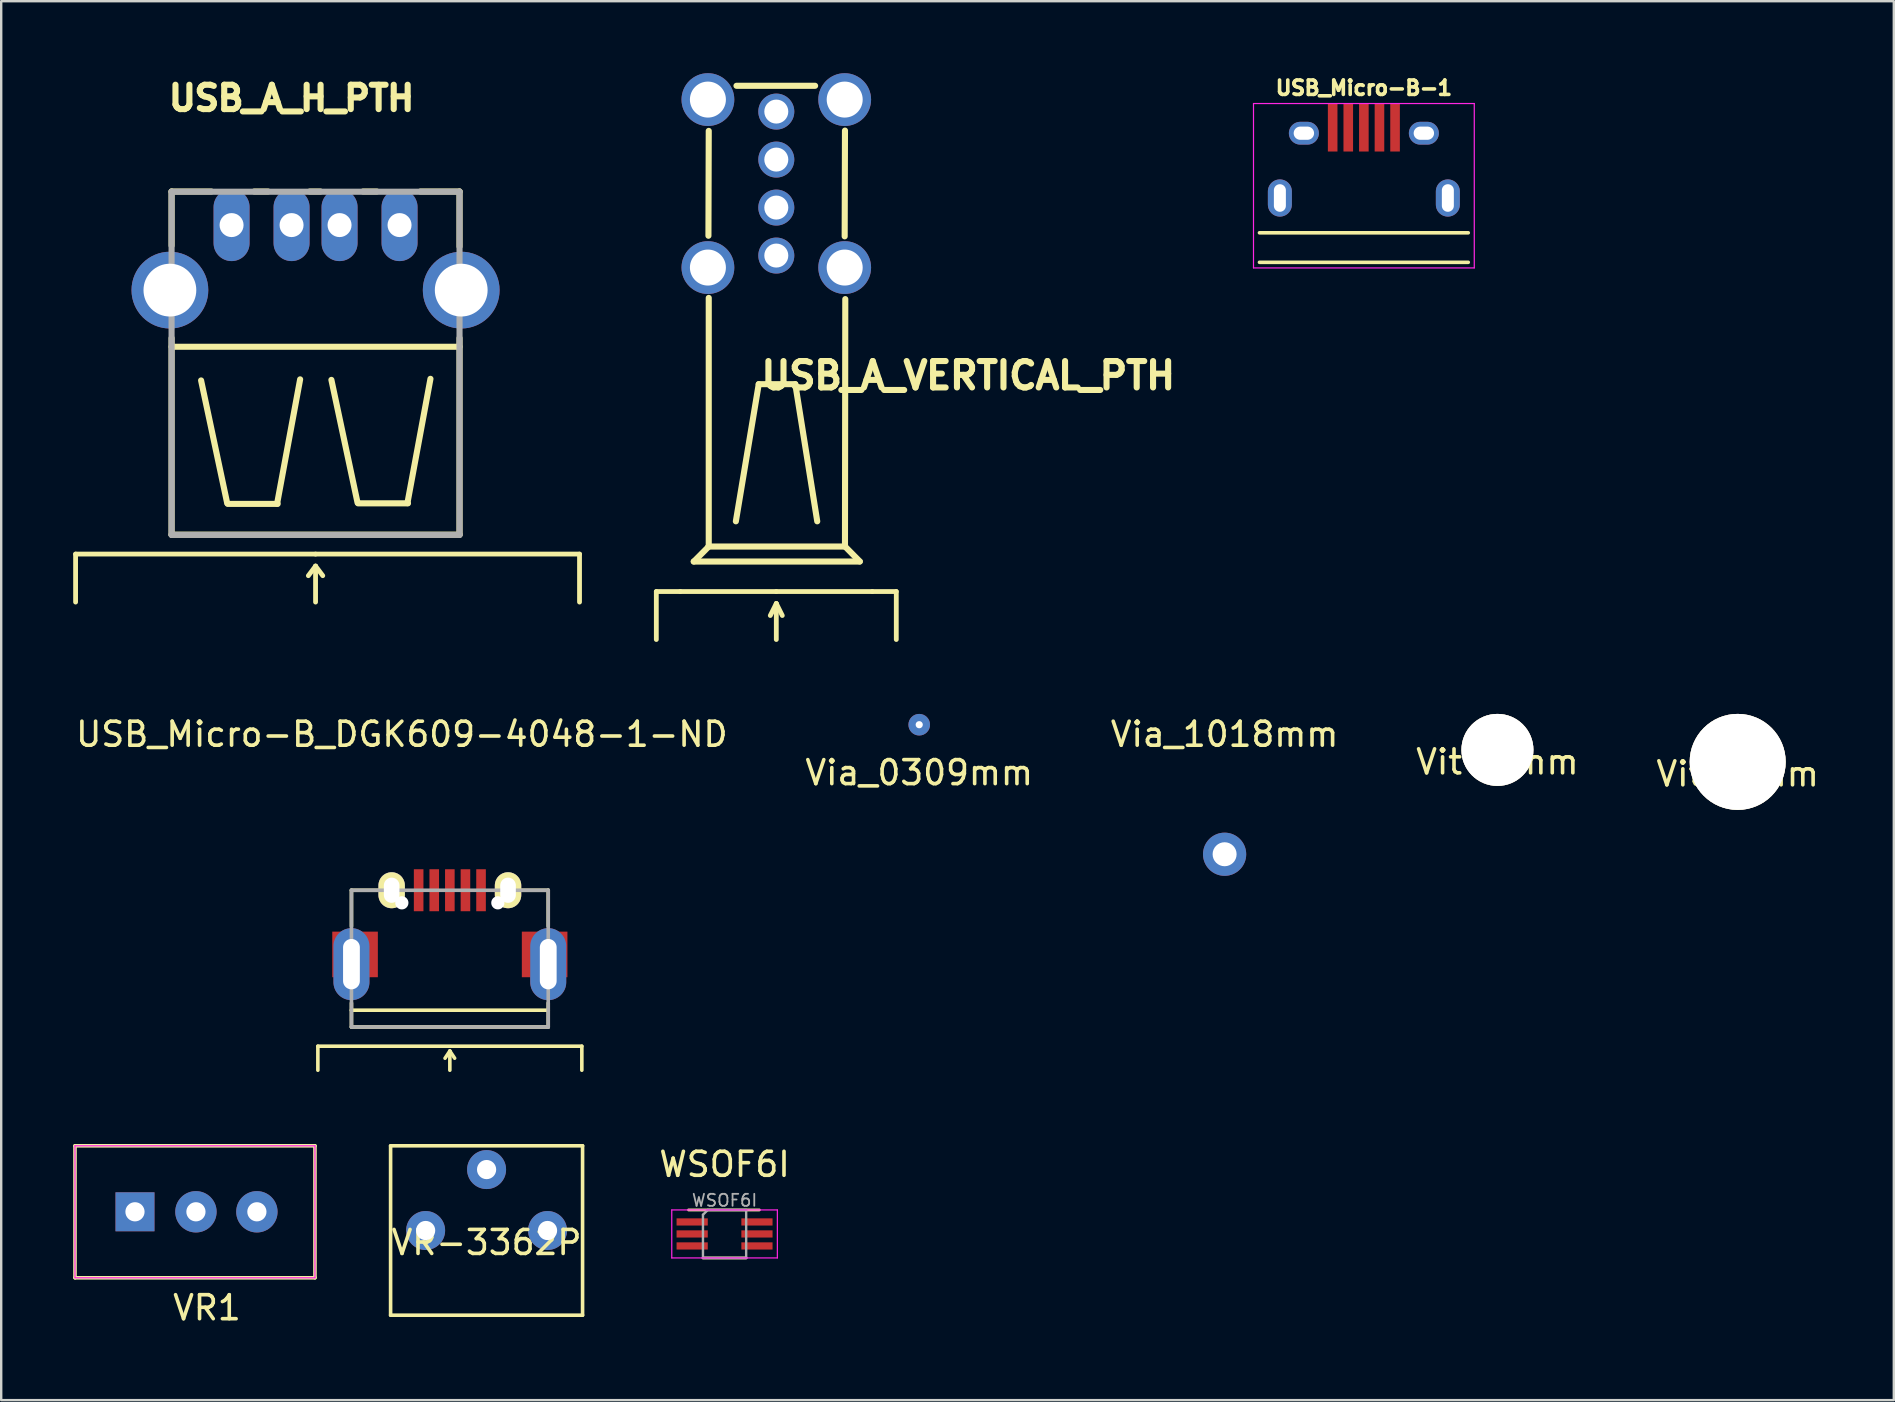
<source format=kicad_pcb>
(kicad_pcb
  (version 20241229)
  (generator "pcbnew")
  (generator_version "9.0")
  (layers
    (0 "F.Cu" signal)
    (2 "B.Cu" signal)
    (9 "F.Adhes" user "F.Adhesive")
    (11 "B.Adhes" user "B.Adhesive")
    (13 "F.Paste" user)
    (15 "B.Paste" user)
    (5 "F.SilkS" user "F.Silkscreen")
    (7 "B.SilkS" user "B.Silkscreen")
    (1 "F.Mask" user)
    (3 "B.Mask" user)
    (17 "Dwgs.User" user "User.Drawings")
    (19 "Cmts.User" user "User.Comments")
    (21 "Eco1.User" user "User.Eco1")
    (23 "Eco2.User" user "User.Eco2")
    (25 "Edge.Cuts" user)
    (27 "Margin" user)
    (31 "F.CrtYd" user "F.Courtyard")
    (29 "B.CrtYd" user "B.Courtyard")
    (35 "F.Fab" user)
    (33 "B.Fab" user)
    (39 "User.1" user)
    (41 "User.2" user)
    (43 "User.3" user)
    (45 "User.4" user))
  (footprint "Via_0309mm"
    (layer "F.Cu")
    (at 35.256 27.15)
    (property "Reference" "Via_0309mm" (at 0 2 0) (layer "F.SilkS") (effects (font (size 1 1) (thickness 0.15))))
    (attr through_hole)
    (pad "1" thru_hole circle (at 0 0) (size 0.9 0.9) (drill 0.3) (layers "*.Cu")))
  (footprint "Vit-3mm"
    (layer "F.Cu")
    (at 59.351 28.2)
    (property "Reference" "Vit-3mm" (at 0 0.5 0) (layer "F.SilkS") (effects (font (size 1 1) (thickness 0.15))))
    (attr through_hole)
    (pad "1" thru_hole circle (at 0 0) (size 3 3) (drill 3) (layers "*.Cu" "*.Mask" "F.SilkS")))
  (footprint "Vit-4mm"
    (layer "F.Cu")
    (at 69.363 28.7)
    (property "Reference" "Vit-4mm" (at 0 0.5 0) (layer "F.SilkS") (effects (font (size 1 1) (thickness 0.15))))
    (attr through_hole)
    (pad "1" thru_hole circle (at 0 0) (size 4 4) (drill 4) (layers "*.Cu" "*.Mask" "F.SilkS")))
  (footprint "Via_1018mm"
    (layer "F.Cu")
    (at 47.982 32.548)
    (property "Reference" "Via_1018mm" (at 0 -5 0) (layer "F.SilkS") (effects (font (size 1 1) (thickness 0.15))))
    (attr through_hole)
    (pad "1" thru_hole circle (at 0 0) (size 1.8 1.8) (drill 1) (layers "*.Cu" "*.Mask")))
  (footprint "USB_Micro-B_DGK609-4048-1-ND"
    (layer "F.Cu")
    (at 15.696 34.048)
    (property "Reference" "USB_Micro-B_DGK609-4048-1-ND" (at -2 -6.5 0) (layer "F.SilkS") (effects (font (size 1 1) (thickness 0.15))))
    (attr smd)
    (fp_line (start -5.5 6.5) (end -5.5 7.5) (stroke (width 0.15) (type solid)) (layer "F.SilkS"))
    (fp_line (start -5.5 6.5) (end 5.5 6.5) (stroke (width 0.15) (type solid)) (layer "F.SilkS"))
    (fp_line (start -4.1 0) (end -4.1 1.5) (stroke (width 0.15) (type solid)) (layer "F.SilkS"))
    (fp_line (start -4.1 4.7) (end -4.1 5) (stroke (width 0.15) (type solid)) (layer "F.SilkS"))
    (fp_line (start -4.1 5) (end -4.1 5.7) (stroke (width 0.15) (type solid)) (layer "F.SilkS"))
    (fp_line (start -4.1 5) (end 4.1 5) (stroke (width 0.15) (type solid)) (layer "F.SilkS"))
    (fp_line (start -4.1 5.7) (end 4.1 5.7) (stroke (width 0.15) (type solid)) (layer "F.SilkS"))
    (fp_line (start -3 0) (end -4.1 0) (stroke (width 0.15) (type solid)) (layer "F.SilkS"))
    (fp_line (start 0 6.7) (end -0.2 7) (stroke (width 0.15) (type solid)) (layer "F.SilkS"))
    (fp_line (start 0 6.7) (end 0.2 7) (stroke (width 0.15) (type solid)) (layer "F.SilkS"))
    (fp_line (start 0 7.5) (end 0 6.7) (stroke (width 0.15) (type solid)) (layer "F.SilkS"))
    (fp_line (start 3 0) (end 4.1 0) (stroke (width 0.15) (type solid)) (layer "F.SilkS"))
    (fp_line (start 4.1 0) (end 4.1 1.5) (stroke (width 0.15) (type solid)) (layer "F.SilkS"))
    (fp_line (start 4.1 5) (end 4.1 4.7) (stroke (width 0.15) (type solid)) (layer "F.SilkS"))
    (fp_line (start 4.1 5.7) (end 4.1 5) (stroke (width 0.15) (type solid)) (layer "F.SilkS"))
    (fp_line (start 5.5 6.5) (end 5.5 7.5) (stroke (width 0.15) (type solid)) (layer "F.SilkS"))
    (fp_line (start -4.1 0) (end 4.1 0) (stroke (width 0.15) (type solid)) (layer "F.Fab"))
    (fp_line (start -4.1 5.7) (end -4.1 0) (stroke (width 0.15) (type solid)) (layer "F.Fab"))
    (fp_line (start 4.1 0) (end 4.1 5.7) (stroke (width 0.15) (type solid)) (layer "F.Fab"))
    (fp_line (start 4.1 5.7) (end -4.1 5.7) (stroke (width 0.15) (type solid)) (layer "F.Fab"))
    (pad "" np_thru_hole circle (at -2 0.525) (size 0.55 0.55) (drill 0.55) (layers "*.Cu"))
    (pad "" np_thru_hole circle (at 2 0.525) (size 0.55 0.55) (drill 0.55) (layers "*.Cu"))
    (pad "1" smd rect (at -1.3 0 90) (size 1.75 0.4) (layers "F.Cu" "F.Mask" "F.Paste"))
    (pad "2" smd rect (at -0.65 0 90) (size 1.75 0.4) (layers "F.Cu" "F.Mask" "F.Paste"))
    (pad "3" smd rect (at 0 0 90) (size 1.75 0.4) (layers "F.Cu" "F.Mask" "F.Paste"))
    (pad "4" smd rect (at 0.65 0 90) (size 1.75 0.4) (layers "F.Cu" "F.Mask" "F.Paste"))
    (pad "5" smd rect (at 1.3 0 90) (size 1.75 0.4) (layers "F.Cu" "F.Mask" "F.Paste"))
    (pad "6" thru_hole oval (at -4.1 3.08) (size 1.5 3) (drill oval 0.7 2.1) (layers "*.Cu" "*.Mask"))
    (pad "6" smd rect (at -3.95 2.675) (size 1.9 1.9) (layers "F.Cu" "F.Mask" "F.Paste"))
    (pad "6" thru_hole oval (at -2.425 0) (size 1.1 1.5) (drill oval 0.65 1.05) (layers "*.Cu" "*.Mask" "F.SilkS"))
    (pad "6" thru_hole oval (at 2.425 0) (size 1.1 1.5) (drill oval 0.65 1.05) (layers "*.Cu" "*.Mask" "F.SilkS"))
    (pad "6" smd rect (at 3.95 2.675) (size 1.9 1.9) (layers "F.Cu" "F.Mask" "F.Paste"))
    (pad "6" thru_hole oval (at 4.1 3.08) (size 1.5 3) (drill oval 0.7 2.1) (layers "*.Cu" "*.Mask")))
  (footprint "USB_A_H_PTH"
    (layer "F.Cu")
    (at 10.1 9.04)
    (property "Reference" "USB_A_H_PTH" (at -1 -8 180) (layer "F.SilkS") (effects (font (size 1.016 1.016) (thickness 0.254))))
    (attr smd)
    (fp_line (start -10 11) (end -10 13) (stroke (width 0.2) (type solid)) (layer "F.SilkS"))
    (fp_line (start -6 -4.11) (end -6 -1.854) (stroke (width 0.254) (type solid)) (layer "F.SilkS"))
    (fp_line (start -6 -4.11) (end -4.343 -4.11) (stroke (width 0.254) (type solid)) (layer "F.SilkS"))
    (fp_line (start -6 2) (end -6 10.19) (stroke (width 0.254) (type solid)) (layer "F.SilkS"))
    (fp_line (start -6 2.36) (end 6 2.36) (stroke (width 0.254) (type solid)) (layer "F.SilkS"))
    (fp_line (start -4.77 3.764) (end -3.683 8.877) (stroke (width 0.254) (type solid)) (layer "F.SilkS"))
    (fp_line (start -2.553 -4.11) (end -1.981 -4.11) (stroke (width 0.254) (type solid)) (layer "F.SilkS"))
    (fp_line (start -1.603 8.9) (end -0.643 3.719) (stroke (width 0.254) (type solid)) (layer "F.SilkS"))
    (fp_line (start -1.58 8.908) (end -3.66 8.908) (stroke (width 0.254) (type solid)) (layer "F.SilkS"))
    (fp_line (start -0.241 -4.11) (end 0.203 -4.11) (stroke (width 0.254) (type solid)) (layer "F.SilkS"))
    (fp_line (start 0 11) (end -10 11) (stroke (width 0.2) (type solid)) (layer "F.SilkS"))
    (fp_line (start 0 11) (end 11 11) (stroke (width 0.2) (type solid)) (layer "F.SilkS"))
    (fp_line (start 0 11.5) (end -0.3 11.9) (stroke (width 0.2) (type solid)) (layer "F.SilkS"))
    (fp_line (start 0 11.5) (end 0 13) (stroke (width 0.2) (type solid)) (layer "F.SilkS"))
    (fp_line (start 0 11.5) (end 0.3 11.9) (stroke (width 0.2) (type solid)) (layer "F.SilkS"))
    (fp_line (start 0.66 3.741) (end 1.748 8.854) (stroke (width 0.254) (type solid)) (layer "F.SilkS"))
    (fp_line (start 1.981 -4.11) (end 2.553 -4.11) (stroke (width 0.254) (type solid)) (layer "F.SilkS"))
    (fp_line (start 3.828 8.877) (end 4.788 3.696) (stroke (width 0.254) (type solid)) (layer "F.SilkS"))
    (fp_line (start 3.851 8.885) (end 1.77 8.885) (stroke (width 0.254) (type solid)) (layer "F.SilkS"))
    (fp_line (start 4.369 -4.11) (end 6 -4.11) (stroke (width 0.254) (type solid)) (layer "F.SilkS"))
    (fp_line (start 6 -4.11) (end 6 -1.816) (stroke (width 0.254) (type solid)) (layer "F.SilkS"))
    (fp_line (start 6 2) (end 6 10.19) (stroke (width 0.254) (type solid)) (layer "F.SilkS"))
    (fp_line (start 6 10.19) (end -6 10.19) (stroke (width 0.254) (type solid)) (layer "F.SilkS"))
    (fp_line (start 11 11) (end 11 13) (stroke (width 0.2) (type solid)) (layer "F.SilkS"))
    (fp_line (start -6 -4.1) (end 6 -4.1) (stroke (width 0.254) (type solid)) (layer "F.Fab"))
    (fp_line (start -6 10.2) (end -6 -4.1) (stroke (width 0.254) (type solid)) (layer "F.Fab"))
    (fp_line (start -6 10.2) (end 6 10.2) (stroke (width 0.254) (type solid)) (layer "F.Fab"))
    (fp_line (start 6 -4.1) (end 6 10.2) (stroke (width 0.254) (type solid)) (layer "F.Fab"))
    (pad "1" thru_hole oval (at -3.5 -2.71) (size 1.5 3) (drill 1) (layers "*.Cu" "*.Mask"))
    (pad "2" thru_hole oval (at -1 -2.71) (size 1.5 3) (drill 1) (layers "*.Cu" "*.Mask"))
    (pad "3" thru_hole oval (at 1 -2.71) (size 1.5 3) (drill 1) (layers "*.Cu" "*.Mask"))
    (pad "4" thru_hole oval (at 3.5 -2.71) (size 1.5 3) (drill 1) (layers "*.Cu" "*.Mask"))
    (pad "5" thru_hole circle (at -6.07 0) (size 3.2 3.2) (drill 2.2) (layers "*.Cu" "*.Mask"))
    (pad "5" thru_hole circle (at 6.07 0) (size 3.2 3.2) (drill 2.2) (layers "*.Cu" "*.Mask")))
  (footprint "USB_Micro-B-1"
    (layer "F.Cu")
    (at 53.786 4.064)
    (property "Reference" "USB_Micro-B-1" (at 0 -3.45 0) (layer "F.SilkS") (effects (font (size 0.6 0.6) (thickness 0.15))))
    (attr smd)
    (fp_line (start -4.351 3.817) (end 4.349 3.817) (stroke (width 0.15) (type solid)) (layer "F.SilkS"))
    (fp_line (start 4.349 2.587) (end -4.351 2.587) (stroke (width 0.15) (type solid)) (layer "F.SilkS"))
    (fp_line (start -4.6 -2.8) (end 4.6 -2.8) (stroke (width 0.05) (type solid)) (layer "F.CrtYd"))
    (fp_line (start -4.6 4.05) (end -4.6 -2.8) (stroke (width 0.05) (type solid)) (layer "F.CrtYd"))
    (fp_line (start 4.6 -2.8) (end 4.6 4.05) (stroke (width 0.05) (type solid)) (layer "F.CrtYd"))
    (fp_line (start 4.6 4.05) (end -4.6 4.05) (stroke (width 0.05) (type solid)) (layer "F.CrtYd"))
    (pad "1" smd rect (at -1.301 -1.8 90) (size 2 0.4) (layers "F.Cu" "F.Mask" "F.Paste"))
    (pad "2" smd rect (at -0.651 -1.8 90) (size 2 0.4) (layers "F.Cu" "F.Mask" "F.Paste"))
    (pad "3" smd rect (at -0.001 -1.8 90) (size 2 0.4) (layers "F.Cu" "F.Mask" "F.Paste"))
    (pad "4" smd rect (at 0.649 -1.8 90) (size 2 0.4) (layers "F.Cu" "F.Mask" "F.Paste"))
    (pad "5" smd rect (at 1.299 -1.8 90) (size 2 0.4) (layers "F.Cu" "F.Mask" "F.Paste"))
    (pad "6" thru_hole oval (at -3.501 1.137 90) (size 1.55 1) (drill oval 1.15 0.5) (layers "*.Cu" "*.Mask"))
    (pad "6" thru_hole oval (at -2.501 -1.563 90) (size 0.95 1.25) (drill oval 0.55 0.85) (layers "*.Cu" "*.Mask"))
    (pad "6" thru_hole oval (at 2.499 -1.563 90) (size 0.95 1.25) (drill oval 0.55 0.85) (layers "*.Cu" "*.Mask"))
    (pad "6" thru_hole oval (at 3.499 1.137 90) (size 1.55 1) (drill oval 1.15 0.5) (layers "*.Cu" "*.Mask")))
  (footprint "WSOF6I"
    (layer "F.Cu")
    (at 27.144 48.371)
    (property "Reference" "WSOF6I" (at 0 -2.9 0) (layer "F.SilkS") (effects (font (size 1 1) (thickness 0.15))))
    (attr smd)
    (fp_line (start -0.9 1) (end 0.9 1) (stroke (width 0.12) (type solid)) (layer "F.SilkS"))
    (fp_line (start 1.45 -1) (end -1.5 -1) (stroke (width 0.12) (type solid)) (layer "F.SilkS"))
    (fp_line (start -2.2 -1) (end 2.2 -1) (stroke (width 0.05) (type solid)) (layer "F.CrtYd"))
    (fp_line (start -2.2 1) (end -2.2 -1) (stroke (width 0.05) (type solid)) (layer "F.CrtYd"))
    (fp_line (start 2.2 -1) (end 2.2 1) (stroke (width 0.05) (type solid)) (layer "F.CrtYd"))
    (fp_line (start 2.2 1) (end -2.2 1) (stroke (width 0.05) (type solid)) (layer "F.CrtYd"))
    (fp_line (start -0.9 -0.8) (end -0.9 1) (stroke (width 0.1) (type solid)) (layer "F.Fab"))
    (fp_line (start -0.9 -0.8) (end -0.7 -1) (stroke (width 0.1) (type solid)) (layer "F.Fab"))
    (fp_line (start 0.9 -1) (end -0.7 -1) (stroke (width 0.1) (type solid)) (layer "F.Fab"))
    (fp_line (start 0.9 -1) (end 0.9 1) (stroke (width 0.1) (type solid)) (layer "F.Fab"))
    (fp_line (start 0.9 1) (end -0.9 1) (stroke (width 0.1) (type solid)) (layer "F.Fab"))
    (fp_text user "${REFERENCE}" (at 0 -1.4 0) (layer "F.Fab") (effects (font (size 0.5 0.5) (thickness 0.075))))
    (pad "1" smd rect (at -1.35 -0.5) (size 1.3 0.3) (layers "F.Cu" "F.Mask" "F.Paste"))
    (pad "2" smd rect (at -1.35 0) (size 1.3 0.3) (layers "F.Cu" "F.Mask" "F.Paste"))
    (pad "3" smd rect (at -1.35 0.5) (size 1.3 0.3) (layers "F.Cu" "F.Mask" "F.Paste"))
    (pad "4" smd rect (at 1.35 0.5) (size 1.3 0.3) (layers "F.Cu" "F.Mask" "F.Paste"))
    (pad "5" smd rect (at 1.35 0) (size 1.3 0.3) (layers "F.Cu" "F.Mask" "F.Paste"))
    (pad "6" smd rect (at 1.35 -0.5) (size 1.3 0.3) (layers "F.Cu" "F.Mask" "F.Paste")))
  (footprint "USB_A_VERTICAL_PTH"
    (layer "F.Cu")
    (at 29.3 7.6)
    (property "Reference" "USB_A_VERTICAL_PTH" (at 8 5 0) (layer "F.SilkS") (effects (font (size 1.1 1.1) (thickness 0.254))))
    (attr smd)
    (fp_line (start -5 14) (end -5 16) (stroke (width 0.2) (type solid)) (layer "F.SilkS"))
    (fp_line (start -4 14) (end -5 14) (stroke (width 0.2) (type solid)) (layer "F.SilkS"))
    (fp_line (start -3.442 12.75) (end 3.479 12.75) (stroke (width 0.254) (type solid)) (layer "F.SilkS"))
    (fp_line (start -3.437 12.75) (end -2.823 12.133) (stroke (width 0.254) (type solid)) (layer "F.SilkS"))
    (fp_line (start -2.828 12.125) (end 2.864 12.125) (stroke (width 0.254) (type solid)) (layer "F.SilkS"))
    (fp_line (start -2.815 -5.195) (end -2.828 -0.826) (stroke (width 0.254) (type solid)) (layer "F.SilkS"))
    (fp_line (start -2.815 1.764) (end -2.815 12.115) (stroke (width 0.254) (type solid)) (layer "F.SilkS"))
    (fp_line (start -1.685 11.074) (end -0.732 5.359) (stroke (width 0.254) (type solid)) (layer "F.SilkS"))
    (fp_line (start -1.659 -7.075) (end 1.617 -7.075) (stroke (width 0.254) (type solid)) (layer "F.SilkS"))
    (fp_line (start -0.732 5.359) (end 0.792 5.359) (stroke (width 0.254) (type solid)) (layer "F.SilkS"))
    (fp_line (start 0 14) (end -4 14) (stroke (width 0.2) (type solid)) (layer "F.SilkS"))
    (fp_line (start 0 14) (end 4 14) (stroke (width 0.2) (type solid)) (layer "F.SilkS"))
    (fp_line (start 0 14.5) (end -0.25 15) (stroke (width 0.2) (type solid)) (layer "F.SilkS"))
    (fp_line (start 0 14.5) (end 0 16) (stroke (width 0.2) (type solid)) (layer "F.SilkS"))
    (fp_line (start 0 14.5) (end 0.25 15) (stroke (width 0.2) (type solid)) (layer "F.SilkS"))
    (fp_line (start 0.792 5.359) (end 1.706 11.074) (stroke (width 0.254) (type solid)) (layer "F.SilkS"))
    (fp_line (start 2.862 -5.208) (end 2.849 -0.801) (stroke (width 0.254) (type solid)) (layer "F.SilkS"))
    (fp_line (start 2.864 12.123) (end 3.479 12.747) (stroke (width 0.254) (type solid)) (layer "F.SilkS"))
    (fp_line (start 2.875 1.815) (end 2.862 12.115) (stroke (width 0.254) (type solid)) (layer "F.SilkS"))
    (fp_line (start 4 14) (end 5 14) (stroke (width 0.2) (type solid)) (layer "F.SilkS"))
    (fp_line (start 5 14) (end 5 16) (stroke (width 0.2) (type solid)) (layer "F.SilkS"))
    (pad "1" thru_hole circle (at 0 0) (size 1.5 1.5) (drill 1) (layers "*.Cu" "*.Mask"))
    (pad "2" thru_hole circle (at 0 -2) (size 1.5 1.5) (drill 1) (layers "*.Cu" "*.Mask"))
    (pad "3" thru_hole circle (at 0 -4) (size 1.5 1.5) (drill 1) (layers "*.Cu" "*.Mask"))
    (pad "4" thru_hole circle (at 0 -6) (size 1.5 1.5) (drill 1) (layers "*.Cu" "*.Mask"))
    (pad "5" thru_hole circle (at -2.85 -6.5) (size 2.2 2.2) (drill 1.5) (layers "*.Cu" "*.Mask"))
    (pad "5" thru_hole circle (at -2.85 0.5) (size 2.2 2.2) (drill 1.5) (layers "*.Cu" "*.Mask"))
    (pad "5" thru_hole circle (at 2.85 -6.5) (size 2.2 2.2) (drill 1.5) (layers "*.Cu" "*.Mask"))
    (pad "5" thru_hole circle (at 2.85 0.5) (size 2.2 2.2) (drill 1.5) (layers "*.Cu" "*.Mask")))
  (footprint "VR1"
    (layer "F.Cu")
    (at 2.575 47.448)
    (property "Reference" "VR1" (at 3 4 0) (layer "F.SilkS") (effects (font (size 1 1) (thickness 0.15))))
    (attr through_hole)
    (fp_line (start -2.5 -2.75) (end -2.5 2.75) (stroke (width 0.15) (type solid)) (layer "F.SilkS"))
    (fp_line (start -2.5 -2.75) (end 7.5 -2.75) (stroke (width 0.15) (type solid)) (layer "F.SilkS"))
    (fp_line (start -2.5 2.75) (end 7.5 2.75) (stroke (width 0.15) (type solid)) (layer "F.SilkS"))
    (fp_line (start 7.5 -2.75) (end 7.5 2.75) (stroke (width 0.15) (type solid)) (layer "F.SilkS"))
    (fp_line (start -2.5 -2.75) (end -2.5 2.75) (stroke (width 0.05) (type solid)) (layer "F.CrtYd"))
    (fp_line (start -2.5 -2.75) (end 7.5 -2.75) (stroke (width 0.05) (type solid)) (layer "F.CrtYd"))
    (fp_line (start -2.5 2.75) (end 7.5 2.75) (stroke (width 0.05) (type solid)) (layer "F.CrtYd"))
    (fp_line (start 7.5 -2.75) (end 7.5 2.75) (stroke (width 0.05) (type solid)) (layer "F.CrtYd"))
    (pad "1" thru_hole rect (at 0 0) (size 1.624 1.624) (drill 0.8) (layers "*.Cu" "*.Mask"))
    (pad "2" thru_hole circle (at 2.54 0) (size 1.724 1.724) (drill 0.8) (layers "*.Cu" "*.Mask"))
    (pad "3" thru_hole circle (at 5.08 0) (size 1.724 1.724) (drill 0.8) (layers "*.Cu" "*.Mask")))
  (footprint "VR-3362P"
    (layer "F.Cu")
    (at 17.227 48.228)
    (property "Reference" "VR-3362P" (at 0 0.5 0) (layer "F.SilkS") (effects (font (size 1 1) (thickness 0.15))))
    (attr through_hole)
    (fp_line (start -4 -3.53) (end -4 3.53) (stroke (width 0.15) (type solid)) (layer "F.SilkS"))
    (fp_line (start -4 -3.53) (end 4 -3.53) (stroke (width 0.15) (type solid)) (layer "F.SilkS"))
    (fp_line (start -4 3.53) (end 4 3.53) (stroke (width 0.15) (type solid)) (layer "F.SilkS"))
    (fp_line (start 4 -3.53) (end 4 3.53) (stroke (width 0.15) (type solid)) (layer "F.SilkS"))
    (pad "1" thru_hole circle (at 2.54 0) (size 1.624 1.624) (drill 0.8) (layers "*.Cu" "*.Mask"))
    (pad "2" thru_hole circle (at 0 -2.54) (size 1.624 1.624) (drill 0.8) (layers "*.Cu" "*.Mask"))
    (pad "3" thru_hole circle (at -2.54 0) (size 1.624 1.624) (drill 0.8) (layers "*.Cu" "*.Mask")))
  (gr_rect
    (start -3 -3)
    (end 75.869 55.297)
    (stroke (width 0.1) (type default))
    (fill no)
    (layer "Edge.Cuts")))
</source>
